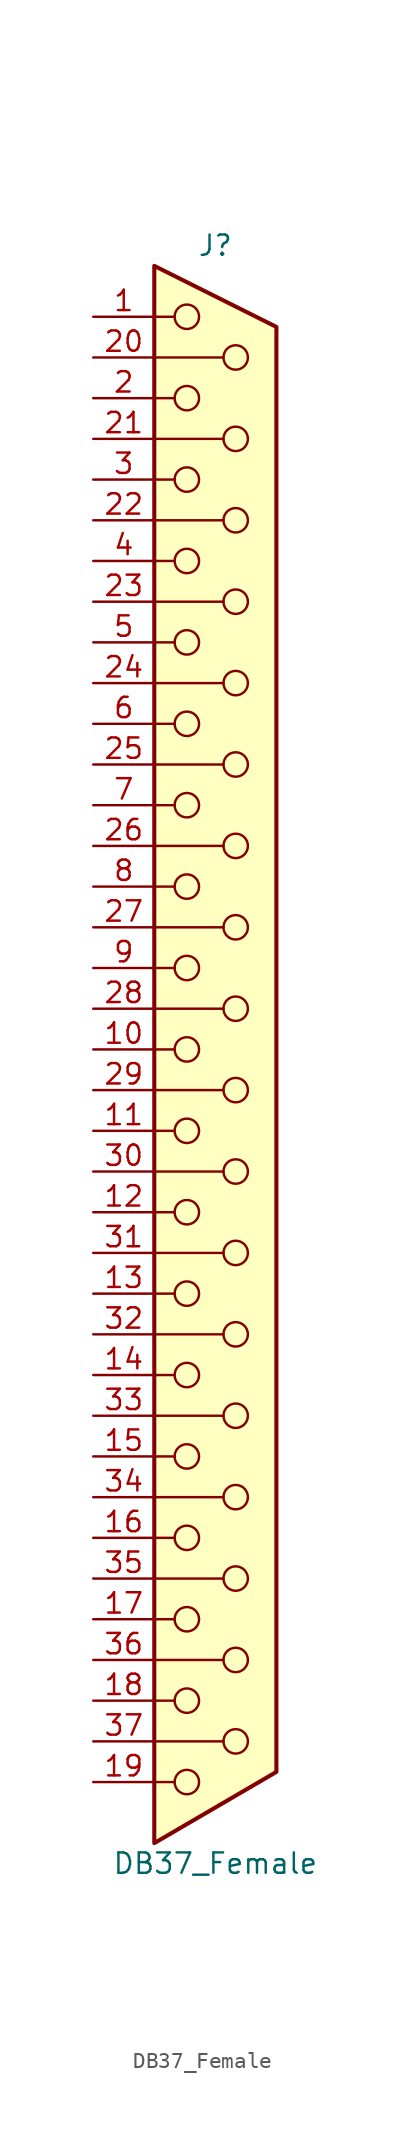
<source format=kicad_sym>
(kicad_symbol_lib
  (version 20201005)
  (generator kicad_symbol_editor)
  (symbol "Connector:DB37_Female"
    (pin_names
      (offset 1.016) hide)
    (property "Reference" "J"
      (at 0 50.165 0)
      (effects (font (size 1.27 1.27))))
    (property "Value" "DB37_Female"
      (at 0 -50.8 0)
      (effects (font (size 1.27 1.27))))
    (symbol "DB37_Female_0_1"
      (circle (center -1.778 -45.72) (radius 0.762) (stroke (width 0)) (fill (type none)))
      (circle (center -1.778 -40.64) (radius 0.762) (stroke (width 0)) (fill (type none)))
      (circle (center -1.778 -35.56) (radius 0.762) (stroke (width 0)) (fill (type none)))
      (circle (center -1.778 -30.48) (radius 0.762) (stroke (width 0)) (fill (type none)))
      (circle (center -1.778 -25.4) (radius 0.762) (stroke (width 0)) (fill (type none)))
      (circle (center -1.778 -20.32) (radius 0.762) (stroke (width 0)) (fill (type none)))
      (circle (center -1.778 -15.24) (radius 0.762) (stroke (width 0)) (fill (type none)))
      (circle (center -1.778 -10.16) (radius 0.762) (stroke (width 0)) (fill (type none)))
      (circle (center -1.778 -5.08) (radius 0.762) (stroke (width 0)) (fill (type none)))
      (circle (center -1.778 0) (radius 0.762) (stroke (width 0)) (fill (type none)))
      (circle (center -1.778 5.08) (radius 0.762) (stroke (width 0)) (fill (type none)))
      (circle (center -1.778 10.16) (radius 0.762) (stroke (width 0)) (fill (type none)))
      (circle (center -1.778 15.24) (radius 0.762) (stroke (width 0)) (fill (type none)))
      (circle (center -1.778 20.32) (radius 0.762) (stroke (width 0)) (fill (type none)))
      (circle (center -1.778 25.4) (radius 0.762) (stroke (width 0)) (fill (type none)))
      (circle (center -1.778 30.48) (radius 0.762) (stroke (width 0)) (fill (type none)))
      (circle (center -1.778 35.56) (radius 0.762) (stroke (width 0)) (fill (type none)))
      (circle (center -1.778 40.64) (radius 0.762) (stroke (width 0)) (fill (type none)))
      (circle (center -1.778 45.72) (radius 0.762) (stroke (width 0)) (fill (type none)))
      (circle (center 1.27 -43.18) (radius 0.762) (stroke (width 0)) (fill (type none)))
      (circle (center 1.27 -38.1) (radius 0.762) (stroke (width 0)) (fill (type none)))
      (circle (center 1.27 -33.02) (radius 0.762) (stroke (width 0)) (fill (type none)))
      (circle (center 1.27 -27.94) (radius 0.762) (stroke (width 0)) (fill (type none)))
      (circle (center 1.27 -22.86) (radius 0.762) (stroke (width 0)) (fill (type none)))
      (circle (center 1.27 -17.78) (radius 0.762) (stroke (width 0)) (fill (type none)))
      (circle (center 1.27 -12.7) (radius 0.762) (stroke (width 0)) (fill (type none)))
      (circle (center 1.27 -7.62) (radius 0.762) (stroke (width 0)) (fill (type none)))
      (circle (center 1.27 -2.54) (radius 0.762) (stroke (width 0)) (fill (type none)))
      (circle (center 1.27 2.54) (radius 0.762) (stroke (width 0)) (fill (type none)))
      (circle (center 1.27 7.62) (radius 0.762) (stroke (width 0)) (fill (type none)))
      (circle (center 1.27 12.7) (radius 0.762) (stroke (width 0)) (fill (type none)))
      (circle (center 1.27 17.78) (radius 0.762) (stroke (width 0)) (fill (type none)))
      (circle (center 1.27 22.86) (radius 0.762) (stroke (width 0)) (fill (type none)))
      (circle (center 1.27 27.94) (radius 0.762) (stroke (width 0)) (fill (type none)))
      (circle (center 1.27 33.02) (radius 0.762) (stroke (width 0)) (fill (type none)))
      (circle (center 1.27 38.1) (radius 0.762) (stroke (width 0)) (fill (type none)))
      (circle (center 1.27 43.18) (radius 0.762) (stroke (width 0)) (fill (type none)))
      (polyline (pts (xy -3.81 -45.72) (xy -2.54 -45.72)) (stroke (width 0)) (fill (type none)))
      (polyline (pts (xy -3.81 -43.18) (xy 0.508 -43.18)) (stroke (width 0)) (fill (type none)))
      (polyline (pts (xy -3.81 -40.64) (xy -2.54 -40.64)) (stroke (width 0)) (fill (type none)))
      (polyline (pts (xy -3.81 -38.1) (xy 0.508 -38.1)) (stroke (width 0)) (fill (type none)))
      (polyline (pts (xy -3.81 -35.56) (xy -2.54 -35.56)) (stroke (width 0)) (fill (type none)))
      (polyline (pts (xy -3.81 -33.02) (xy 0.508 -33.02)) (stroke (width 0)) (fill (type none)))
      (polyline (pts (xy -3.81 -30.48) (xy -2.54 -30.48)) (stroke (width 0)) (fill (type none)))
      (polyline (pts (xy -3.81 -27.94) (xy 0.508 -27.94)) (stroke (width 0)) (fill (type none)))
      (polyline (pts (xy -3.81 -25.4) (xy -2.54 -25.4)) (stroke (width 0)) (fill (type none)))
      (polyline (pts (xy -3.81 -22.86) (xy 0.508 -22.86)) (stroke (width 0)) (fill (type none)))
      (polyline (pts (xy -3.81 -20.32) (xy -2.54 -20.32)) (stroke (width 0)) (fill (type none)))
      (polyline (pts (xy -3.81 -17.78) (xy 0.508 -17.78)) (stroke (width 0)) (fill (type none)))
      (polyline (pts (xy -3.81 -15.24) (xy -2.54 -15.24)) (stroke (width 0)) (fill (type none)))
      (polyline (pts (xy -3.81 -12.7) (xy 0.508 -12.7)) (stroke (width 0)) (fill (type none)))
      (polyline (pts (xy -3.81 -10.16) (xy -2.54 -10.16)) (stroke (width 0)) (fill (type none)))
      (polyline (pts (xy -3.81 -7.62) (xy 0.508 -7.62)) (stroke (width 0)) (fill (type none)))
      (polyline (pts (xy -3.81 -5.08) (xy -2.54 -5.08)) (stroke (width 0)) (fill (type none)))
      (polyline (pts (xy -3.81 -2.54) (xy 0.508 -2.54)) (stroke (width 0)) (fill (type none)))
      (polyline (pts (xy -3.81 0) (xy -2.54 0)) (stroke (width 0)) (fill (type none)))
      (polyline (pts (xy -3.81 2.54) (xy 0.508 2.54)) (stroke (width 0)) (fill (type none)))
      (polyline (pts (xy -3.81 5.08) (xy -2.54 5.08)) (stroke (width 0)) (fill (type none)))
      (polyline (pts (xy -3.81 7.62) (xy 0.508 7.62)) (stroke (width 0)) (fill (type none)))
      (polyline (pts (xy -3.81 10.16) (xy -2.54 10.16)) (stroke (width 0)) (fill (type none)))
      (polyline (pts (xy -3.81 12.7) (xy 0.508 12.7)) (stroke (width 0)) (fill (type none)))
      (polyline (pts (xy -3.81 15.24) (xy -2.54 15.24)) (stroke (width 0)) (fill (type none)))
      (polyline (pts (xy -3.81 17.78) (xy 0.508 17.78)) (stroke (width 0)) (fill (type none)))
      (polyline (pts (xy -3.81 20.32) (xy -2.54 20.32)) (stroke (width 0)) (fill (type none)))
      (polyline (pts (xy -3.81 22.86) (xy 0.508 22.86)) (stroke (width 0)) (fill (type none)))
      (polyline (pts (xy -3.81 25.4) (xy -2.54 25.4)) (stroke (width 0)) (fill (type none)))
      (polyline (pts (xy -3.81 27.94) (xy 0.508 27.94)) (stroke (width 0)) (fill (type none)))
      (polyline (pts (xy -3.81 30.48) (xy -2.54 30.48)) (stroke (width 0)) (fill (type none)))
      (polyline (pts (xy -3.81 33.02) (xy 0.508 33.02)) (stroke (width 0)) (fill (type none)))
      (polyline (pts (xy -3.81 35.56) (xy -2.54 35.56)) (stroke (width 0)) (fill (type none)))
      (polyline (pts (xy -3.81 38.1) (xy 0.508 38.1)) (stroke (width 0)) (fill (type none)))
      (polyline (pts (xy -3.81 40.64) (xy -2.54 40.64)) (stroke (width 0)) (fill (type none)))
      (polyline (pts (xy -3.81 43.18) (xy 0.508 43.18)) (stroke (width 0)) (fill (type none)))
      (polyline (pts (xy -3.81 45.72) (xy -2.54 45.72)) (stroke (width 0)) (fill (type none)))
      (polyline (pts (xy -3.81 -49.53) (xy 3.81 -45.085) (xy 3.81 45.085) (xy -3.81 48.895) (xy -3.81 -49.53)) (stroke (width 0.254)) (fill (type background))))
    (symbol "DB37_Female_1_1"
      (pin passive line (at -7.62 45.72 0) (length 3.81) (name "1" (effects (font (size 1.27 1.27)))) (number "1" (effects (font (size 1.27 1.27)))))
      (pin passive line (at -7.62 0 0) (length 3.81) (name "10" (effects (font (size 1.27 1.27)))) (number "10" (effects (font (size 1.27 1.27)))))
      (pin passive line (at -7.62 -5.08 0) (length 3.81) (name "11" (effects (font (size 1.27 1.27)))) (number "11" (effects (font (size 1.27 1.27)))))
      (pin passive line (at -7.62 -10.16 0) (length 3.81) (name "12" (effects (font (size 1.27 1.27)))) (number "12" (effects (font (size 1.27 1.27)))))
      (pin passive line (at -7.62 -15.24 0) (length 3.81) (name "13" (effects (font (size 1.27 1.27)))) (number "13" (effects (font (size 1.27 1.27)))))
      (pin passive line (at -7.62 -20.32 0) (length 3.81) (name "14" (effects (font (size 1.27 1.27)))) (number "14" (effects (font (size 1.27 1.27)))))
      (pin passive line (at -7.62 -25.4 0) (length 3.81) (name "15" (effects (font (size 1.27 1.27)))) (number "15" (effects (font (size 1.27 1.27)))))
      (pin passive line (at -7.62 -30.48 0) (length 3.81) (name "16" (effects (font (size 1.27 1.27)))) (number "16" (effects (font (size 1.27 1.27)))))
      (pin passive line (at -7.62 -35.56 0) (length 3.81) (name "17" (effects (font (size 1.27 1.27)))) (number "17" (effects (font (size 1.27 1.27)))))
      (pin passive line (at -7.62 -40.64 0) (length 3.81) (name "18" (effects (font (size 1.27 1.27)))) (number "18" (effects (font (size 1.27 1.27)))))
      (pin passive line (at -7.62 -45.72 0) (length 3.81) (name "19" (effects (font (size 1.27 1.27)))) (number "19" (effects (font (size 1.27 1.27)))))
      (pin passive line (at -7.62 40.64 0) (length 3.81) (name "2" (effects (font (size 1.27 1.27)))) (number "2" (effects (font (size 1.27 1.27)))))
      (pin passive line (at -7.62 43.18 0) (length 3.81) (name "20" (effects (font (size 1.27 1.27)))) (number "20" (effects (font (size 1.27 1.27)))))
      (pin passive line (at -7.62 38.1 0) (length 3.81) (name "21" (effects (font (size 1.27 1.27)))) (number "21" (effects (font (size 1.27 1.27)))))
      (pin passive line (at -7.62 33.02 0) (length 3.81) (name "22" (effects (font (size 1.27 1.27)))) (number "22" (effects (font (size 1.27 1.27)))))
      (pin passive line (at -7.62 27.94 0) (length 3.81) (name "23" (effects (font (size 1.27 1.27)))) (number "23" (effects (font (size 1.27 1.27)))))
      (pin passive line (at -7.62 22.86 0) (length 3.81) (name "24" (effects (font (size 1.27 1.27)))) (number "24" (effects (font (size 1.27 1.27)))))
      (pin passive line (at -7.62 17.78 0) (length 3.81) (name "25" (effects (font (size 1.27 1.27)))) (number "25" (effects (font (size 1.27 1.27)))))
      (pin passive line (at -7.62 12.7 0) (length 3.81) (name "26" (effects (font (size 1.27 1.27)))) (number "26" (effects (font (size 1.27 1.27)))))
      (pin passive line (at -7.62 7.62 0) (length 3.81) (name "27" (effects (font (size 1.27 1.27)))) (number "27" (effects (font (size 1.27 1.27)))))
      (pin passive line (at -7.62 2.54 0) (length 3.81) (name "28" (effects (font (size 1.27 1.27)))) (number "28" (effects (font (size 1.27 1.27)))))
      (pin passive line (at -7.62 -2.54 0) (length 3.81) (name "29" (effects (font (size 1.27 1.27)))) (number "29" (effects (font (size 1.27 1.27)))))
      (pin passive line (at -7.62 35.56 0) (length 3.81) (name "3" (effects (font (size 1.27 1.27)))) (number "3" (effects (font (size 1.27 1.27)))))
      (pin passive line (at -7.62 -7.62 0) (length 3.81) (name "30" (effects (font (size 1.27 1.27)))) (number "30" (effects (font (size 1.27 1.27)))))
      (pin passive line (at -7.62 -12.7 0) (length 3.81) (name "31" (effects (font (size 1.27 1.27)))) (number "31" (effects (font (size 1.27 1.27)))))
      (pin passive line (at -7.62 -17.78 0) (length 3.81) (name "32" (effects (font (size 1.27 1.27)))) (number "32" (effects (font (size 1.27 1.27)))))
      (pin passive line (at -7.62 -22.86 0) (length 3.81) (name "33" (effects (font (size 1.27 1.27)))) (number "33" (effects (font (size 1.27 1.27)))))
      (pin passive line (at -7.62 -27.94 0) (length 3.81) (name "34" (effects (font (size 1.27 1.27)))) (number "34" (effects (font (size 1.27 1.27)))))
      (pin passive line (at -7.62 -33.02 0) (length 3.81) (name "35" (effects (font (size 1.27 1.27)))) (number "35" (effects (font (size 1.27 1.27)))))
      (pin passive line (at -7.62 -38.1 0) (length 3.81) (name "36" (effects (font (size 1.27 1.27)))) (number "36" (effects (font (size 1.27 1.27)))))
      (pin passive line (at -7.62 -43.18 0) (length 3.81) (name "37" (effects (font (size 1.27 1.27)))) (number "37" (effects (font (size 1.27 1.27)))))
      (pin passive line (at -7.62 30.48 0) (length 3.81) (name "4" (effects (font (size 1.27 1.27)))) (number "4" (effects (font (size 1.27 1.27)))))
      (pin passive line (at -7.62 25.4 0) (length 3.81) (name "5" (effects (font (size 1.27 1.27)))) (number "5" (effects (font (size 1.27 1.27)))))
      (pin passive line (at -7.62 20.32 0) (length 3.81) (name "6" (effects (font (size 1.27 1.27)))) (number "6" (effects (font (size 1.27 1.27)))))
      (pin passive line (at -7.62 15.24 0) (length 3.81) (name "7" (effects (font (size 1.27 1.27)))) (number "7" (effects (font (size 1.27 1.27)))))
      (pin passive line (at -7.62 10.16 0) (length 3.81) (name "8" (effects (font (size 1.27 1.27)))) (number "8" (effects (font (size 1.27 1.27)))))
      (pin passive line (at -7.62 5.08 0) (length 3.81) (name "9" (effects (font (size 1.27 1.27)))) (number "9" (effects (font (size 1.27 1.27))))))))
</source>
